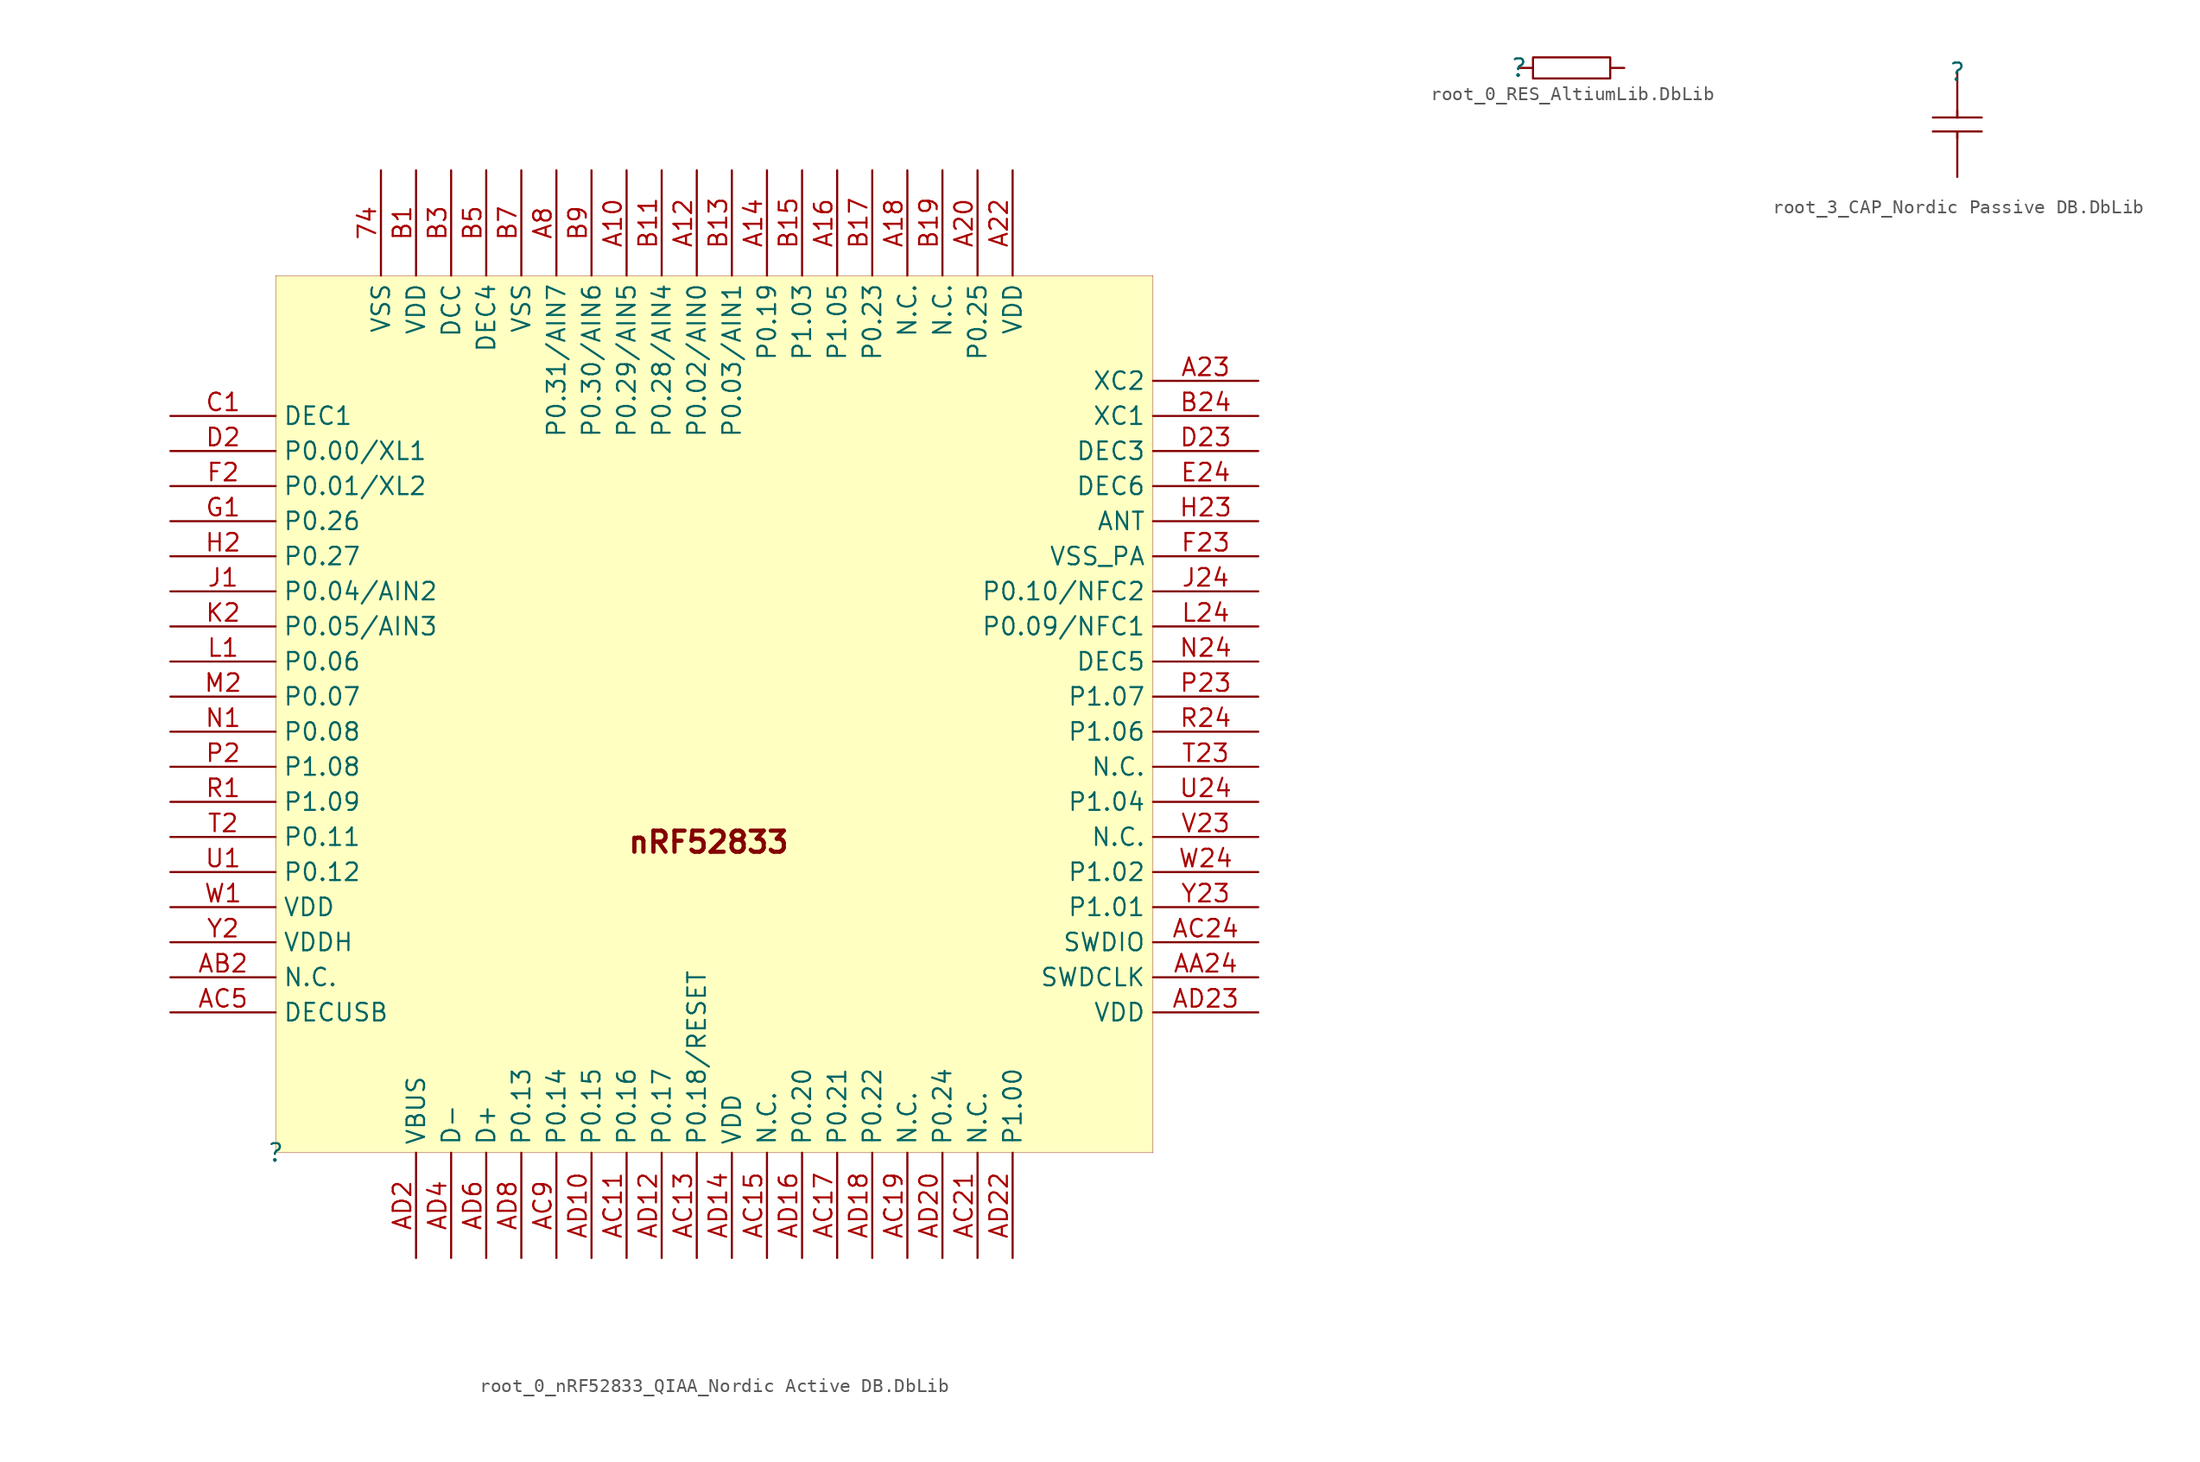
<source format=kicad_sym>
(kicad_symbol_lib
  (version 20241209)
  (generator "kicad_symbol_editor")
  (generator_version "9.0")
  (symbol "root_0_nRF52833_QIAA_Nordic Active DB.DbLib"
    (property "Reference" ""
      (at 0 0 0)
      (effects (font (size 1.27 1.27))))
    (property "Value" ""
      (at 0 0 0)
      (effects (font (size 1.27 1.27))))
    (symbol "root_0_nRF52833_QIAA_Nordic Active DB.DbLib_1_0"
      (rectangle (start 63.5 63.5) (end 0 0) (stroke (width 0.025) (type solid) (color 128 0 0 1)) (fill (type background)))
      (text "nRF52833" (at 25.4 21.59 0) (effects (font (size 1.524 1.524) (thickness 0.305) (bold yes)) (justify left bottom)))
      (pin power_in line (at -7.62 53.34 0) (length 7.62) (name "DEC1" (effects (font (size 1.27 1.27)))) (number "C1" (effects (font (size 1.27 1.27)))))
      (pin bidirectional line (at -7.62 50.8 0) (length 7.62) (name "P0.00/XL1" (effects (font (size 1.27 1.27)))) (number "D2" (effects (font (size 1.27 1.27)))))
      (pin bidirectional line (at -7.62 48.26 0) (length 7.62) (name "P0.01/XL2" (effects (font (size 1.27 1.27)))) (number "F2" (effects (font (size 1.27 1.27)))))
      (pin bidirectional line (at -7.62 45.72 0) (length 7.62) (name "P0.26" (effects (font (size 1.27 1.27)))) (number "G1" (effects (font (size 1.27 1.27)))))
      (pin bidirectional line (at -7.62 43.18 0) (length 7.62) (name "P0.27" (effects (font (size 1.27 1.27)))) (number "H2" (effects (font (size 1.27 1.27)))))
      (pin bidirectional line (at -7.62 40.64 0) (length 7.62) (name "P0.04/AIN2" (effects (font (size 1.27 1.27)))) (number "J1" (effects (font (size 1.27 1.27)))))
      (pin bidirectional line (at -7.62 38.1 0) (length 7.62) (name "P0.05/AIN3" (effects (font (size 1.27 1.27)))) (number "K2" (effects (font (size 1.27 1.27)))))
      (pin bidirectional line (at -7.62 35.56 0) (length 7.62) (name "P0.06" (effects (font (size 1.27 1.27)))) (number "L1" (effects (font (size 1.27 1.27)))))
      (pin bidirectional line (at -7.62 33.02 0) (length 7.62) (name "P0.07" (effects (font (size 1.27 1.27)))) (number "M2" (effects (font (size 1.27 1.27)))))
      (pin bidirectional line (at -7.62 30.48 0) (length 7.62) (name "P0.08" (effects (font (size 1.27 1.27)))) (number "N1" (effects (font (size 1.27 1.27)))))
      (pin bidirectional line (at -7.62 27.94 0) (length 7.62) (name "P1.08" (effects (font (size 1.27 1.27)))) (number "P2" (effects (font (size 1.27 1.27)))))
      (pin bidirectional line (at -7.62 25.4 0) (length 7.62) (name "P1.09" (effects (font (size 1.27 1.27)))) (number "R1" (effects (font (size 1.27 1.27)))))
      (pin bidirectional line (at -7.62 22.86 0) (length 7.62) (name "P0.11" (effects (font (size 1.27 1.27)))) (number "T2" (effects (font (size 1.27 1.27)))))
      (pin bidirectional line (at -7.62 20.32 0) (length 7.62) (name "P0.12" (effects (font (size 1.27 1.27)))) (number "U1" (effects (font (size 1.27 1.27)))))
      (pin power_in line (at -7.62 17.78 0) (length 7.62) (name "VDD" (effects (font (size 1.27 1.27)))) (number "W1" (effects (font (size 1.27 1.27)))))
      (pin power_in line (at -7.62 15.24 0) (length 7.62) (name "VDDH" (effects (font (size 1.27 1.27)))) (number "Y2" (effects (font (size 1.27 1.27)))))
      (pin passive line (at -7.62 12.7 0) (length 7.62) (name "N.C." (effects (font (size 1.27 1.27)))) (number "AB2" (effects (font (size 1.27 1.27)))))
      (pin power_in line (at -7.62 10.16 0) (length 7.62) (name "DECUSB" (effects (font (size 1.27 1.27)))) (number "AC5" (effects (font (size 1.27 1.27)))))
      (pin power_in line (at 7.62 71.12 270) (length 7.62) (name "VSS" (effects (font (size 1.27 1.27)))) (number "74" (effects (font (size 1.27 1.27)))))
      (pin power_in line (at 10.16 71.12 270) (length 7.62) (name "VDD" (effects (font (size 1.27 1.27)))) (number "B1" (effects (font (size 1.27 1.27)))))
      (pin power_in line (at 10.16 -7.62 90) (length 7.62) (name "VBUS" (effects (font (size 1.27 1.27)))) (number "AD2" (effects (font (size 1.27 1.27)))))
      (pin output line (at 12.7 71.12 270) (length 7.62) (name "DCC" (effects (font (size 1.27 1.27)))) (number "B3" (effects (font (size 1.27 1.27)))))
      (pin bidirectional line (at 12.7 -7.62 90) (length 7.62) (name "D-" (effects (font (size 1.27 1.27)))) (number "AD4" (effects (font (size 1.27 1.27)))))
      (pin power_in line (at 15.24 71.12 270) (length 7.62) (name "DEC4" (effects (font (size 1.27 1.27)))) (number "B5" (effects (font (size 1.27 1.27)))))
      (pin bidirectional line (at 15.24 -7.62 90) (length 7.62) (name "D+" (effects (font (size 1.27 1.27)))) (number "AD6" (effects (font (size 1.27 1.27)))))
      (pin power_in line (at 17.78 71.12 270) (length 7.62) (name "VSS" (effects (font (size 1.27 1.27)))) (number "B7" (effects (font (size 1.27 1.27)))))
      (pin bidirectional line (at 17.78 -7.62 90) (length 7.62) (name "P0.13" (effects (font (size 1.27 1.27)))) (number "AD8" (effects (font (size 1.27 1.27)))))
      (pin bidirectional line (at 20.32 71.12 270) (length 7.62) (name "P0.31/AIN7" (effects (font (size 1.27 1.27)))) (number "A8" (effects (font (size 1.27 1.27)))))
      (pin bidirectional line (at 20.32 -7.62 90) (length 7.62) (name "P0.14" (effects (font (size 1.27 1.27)))) (number "AC9" (effects (font (size 1.27 1.27)))))
      (pin bidirectional line (at 22.86 71.12 270) (length 7.62) (name "P0.30/AIN6" (effects (font (size 1.27 1.27)))) (number "B9" (effects (font (size 1.27 1.27)))))
      (pin bidirectional line (at 22.86 -7.62 90) (length 7.62) (name "P0.15" (effects (font (size 1.27 1.27)))) (number "AD10" (effects (font (size 1.27 1.27)))))
      (pin bidirectional line (at 25.4 71.12 270) (length 7.62) (name "P0.29/AIN5" (effects (font (size 1.27 1.27)))) (number "A10" (effects (font (size 1.27 1.27)))))
      (pin bidirectional line (at 25.4 -7.62 90) (length 7.62) (name "P0.16" (effects (font (size 1.27 1.27)))) (number "AC11" (effects (font (size 1.27 1.27)))))
      (pin bidirectional line (at 27.94 71.12 270) (length 7.62) (name "P0.28/AIN4" (effects (font (size 1.27 1.27)))) (number "B11" (effects (font (size 1.27 1.27)))))
      (pin bidirectional line (at 27.94 -7.62 90) (length 7.62) (name "P0.17" (effects (font (size 1.27 1.27)))) (number "AD12" (effects (font (size 1.27 1.27)))))
      (pin bidirectional line (at 30.48 71.12 270) (length 7.62) (name "P0.02/AIN0" (effects (font (size 1.27 1.27)))) (number "A12" (effects (font (size 1.27 1.27)))))
      (pin bidirectional line (at 30.48 -7.62 90) (length 7.62) (name "P0.18/RESET" (effects (font (size 1.27 1.27)))) (number "AC13" (effects (font (size 1.27 1.27)))))
      (pin bidirectional line (at 33.02 71.12 270) (length 7.62) (name "P0.03/AIN1" (effects (font (size 1.27 1.27)))) (number "B13" (effects (font (size 1.27 1.27)))))
      (pin power_in line (at 33.02 -7.62 90) (length 7.62) (name "VDD" (effects (font (size 1.27 1.27)))) (number "AD14" (effects (font (size 1.27 1.27)))))
      (pin bidirectional line (at 35.56 71.12 270) (length 7.62) (name "P0.19" (effects (font (size 1.27 1.27)))) (number "A14" (effects (font (size 1.27 1.27)))))
      (pin passive line (at 35.56 -7.62 90) (length 7.62) (name "N.C." (effects (font (size 1.27 1.27)))) (number "AC15" (effects (font (size 1.27 1.27)))))
      (pin bidirectional line (at 38.1 71.12 270) (length 7.62) (name "P1.03" (effects (font (size 1.27 1.27)))) (number "B15" (effects (font (size 1.27 1.27)))))
      (pin bidirectional line (at 38.1 -7.62 90) (length 7.62) (name "P0.20" (effects (font (size 1.27 1.27)))) (number "AD16" (effects (font (size 1.27 1.27)))))
      (pin bidirectional line (at 40.64 71.12 270) (length 7.62) (name "P1.05" (effects (font (size 1.27 1.27)))) (number "A16" (effects (font (size 1.27 1.27)))))
      (pin bidirectional line (at 40.64 -7.62 90) (length 7.62) (name "P0.21" (effects (font (size 1.27 1.27)))) (number "AC17" (effects (font (size 1.27 1.27)))))
      (pin bidirectional line (at 43.18 71.12 270) (length 7.62) (name "P0.23" (effects (font (size 1.27 1.27)))) (number "B17" (effects (font (size 1.27 1.27)))))
      (pin bidirectional line (at 43.18 -7.62 90) (length 7.62) (name "P0.22" (effects (font (size 1.27 1.27)))) (number "AD18" (effects (font (size 1.27 1.27)))))
      (pin passive line (at 45.72 71.12 270) (length 7.62) (name "N.C." (effects (font (size 1.27 1.27)))) (number "A18" (effects (font (size 1.27 1.27)))))
      (pin passive line (at 45.72 -7.62 90) (length 7.62) (name "N.C." (effects (font (size 1.27 1.27)))) (number "AC19" (effects (font (size 1.27 1.27)))))
      (pin passive line (at 48.26 71.12 270) (length 7.62) (name "N.C." (effects (font (size 1.27 1.27)))) (number "B19" (effects (font (size 1.27 1.27)))))
      (pin bidirectional line (at 48.26 -7.62 90) (length 7.62) (name "P0.24" (effects (font (size 1.27 1.27)))) (number "AD20" (effects (font (size 1.27 1.27)))))
      (pin bidirectional line (at 50.8 71.12 270) (length 7.62) (name "P0.25" (effects (font (size 1.27 1.27)))) (number "A20" (effects (font (size 1.27 1.27)))))
      (pin passive line (at 50.8 -7.62 90) (length 7.62) (name "N.C." (effects (font (size 1.27 1.27)))) (number "AC21" (effects (font (size 1.27 1.27)))))
      (pin power_in line (at 53.34 71.12 270) (length 7.62) (name "VDD" (effects (font (size 1.27 1.27)))) (number "A22" (effects (font (size 1.27 1.27)))))
      (pin bidirectional line (at 53.34 -7.62 90) (length 7.62) (name "P1.00" (effects (font (size 1.27 1.27)))) (number "AD22" (effects (font (size 1.27 1.27)))))
      (pin output line (at 71.12 55.88 180) (length 7.62) (name "XC2" (effects (font (size 1.27 1.27)))) (number "A23" (effects (font (size 1.27 1.27)))))
      (pin input line (at 71.12 53.34 180) (length 7.62) (name "XC1" (effects (font (size 1.27 1.27)))) (number "B24" (effects (font (size 1.27 1.27)))))
      (pin power_in line (at 71.12 50.8 180) (length 7.62) (name "DEC3" (effects (font (size 1.27 1.27)))) (number "D23" (effects (font (size 1.27 1.27)))))
      (pin power_in line (at 71.12 48.26 180) (length 7.62) (name "DEC6" (effects (font (size 1.27 1.27)))) (number "E24" (effects (font (size 1.27 1.27)))))
      (pin bidirectional line (at 71.12 45.72 180) (length 7.62) (name "ANT" (effects (font (size 1.27 1.27)))) (number "H23" (effects (font (size 1.27 1.27)))))
      (pin power_in line (at 71.12 43.18 180) (length 7.62) (name "VSS_PA" (effects (font (size 1.27 1.27)))) (number "F23" (effects (font (size 1.27 1.27)))))
      (pin bidirectional line (at 71.12 40.64 180) (length 7.62) (name "P0.10/NFC2" (effects (font (size 1.27 1.27)))) (number "J24" (effects (font (size 1.27 1.27)))))
      (pin bidirectional line (at 71.12 38.1 180) (length 7.62) (name "P0.09/NFC1" (effects (font (size 1.27 1.27)))) (number "L24" (effects (font (size 1.27 1.27)))))
      (pin power_in line (at 71.12 35.56 180) (length 7.62) (name "DEC5" (effects (font (size 1.27 1.27)))) (number "N24" (effects (font (size 1.27 1.27)))))
      (pin bidirectional line (at 71.12 33.02 180) (length 7.62) (name "P1.07" (effects (font (size 1.27 1.27)))) (number "P23" (effects (font (size 1.27 1.27)))))
      (pin bidirectional line (at 71.12 30.48 180) (length 7.62) (name "P1.06" (effects (font (size 1.27 1.27)))) (number "R24" (effects (font (size 1.27 1.27)))))
      (pin passive line (at 71.12 27.94 180) (length 7.62) (name "N.C." (effects (font (size 1.27 1.27)))) (number "T23" (effects (font (size 1.27 1.27)))))
      (pin bidirectional line (at 71.12 25.4 180) (length 7.62) (name "P1.04" (effects (font (size 1.27 1.27)))) (number "U24" (effects (font (size 1.27 1.27)))))
      (pin passive line (at 71.12 22.86 180) (length 7.62) (name "N.C." (effects (font (size 1.27 1.27)))) (number "V23" (effects (font (size 1.27 1.27)))))
      (pin bidirectional line (at 71.12 20.32 180) (length 7.62) (name "P1.02" (effects (font (size 1.27 1.27)))) (number "W24" (effects (font (size 1.27 1.27)))))
      (pin bidirectional line (at 71.12 17.78 180) (length 7.62) (name "P1.01" (effects (font (size 1.27 1.27)))) (number "Y23" (effects (font (size 1.27 1.27)))))
      (pin bidirectional line (at 71.12 15.24 180) (length 7.62) (name "SWDIO" (effects (font (size 1.27 1.27)))) (number "AC24" (effects (font (size 1.27 1.27)))))
      (pin input line (at 71.12 12.7 180) (length 7.62) (name "SWDCLK" (effects (font (size 1.27 1.27)))) (number "AA24" (effects (font (size 1.27 1.27)))))
      (pin power_in line (at 71.12 10.16 180) (length 7.62) (name "VDD" (effects (font (size 1.27 1.27)))) (number "AD23" (effects (font (size 1.27 1.27)))))))
  (symbol "root_0_RES_AltiumLib.DbLib"
    (pin_numbers
      (hide yes))
    (pin_names
      (hide yes))
    (property "Reference" ""
      (at 0 0 0)
      (effects (font (size 1.27 1.27))))
    (property "Value" ""
      (at 0 0 0)
      (effects (font (size 1.27 1.27))))
    (symbol "root_0_RES_AltiumLib.DbLib_1_0"
      (polyline (pts (xy 6.604 0.762) (xy 1.016 0.762) (xy 1.016 -0.762) (xy 6.604 -0.762) (xy 6.604 0.762)) (stroke (width 0) (type solid)) (fill (type none)))
      (pin passive line (at 0 0 0) (length 1.016) (name "1" (effects (font (size 1.27 1.27)))) (number "1" (effects (font (size 1.27 1.27)))))
      (pin passive line (at 7.62 0 180) (length 1.016) (name "2" (effects (font (size 1.27 1.27)))) (number "2" (effects (font (size 1.27 1.27)))))))
  (symbol "root_3_CAP_Nordic Passive DB.DbLib"
    (pin_numbers
      (hide yes))
    (pin_names
      (hide yes))
    (property "Reference" ""
      (at 0 0 0)
      (effects (font (size 1.27 1.27))))
    (property "Value" ""
      (at 0 0 0)
      (effects (font (size 1.27 1.27))))
    (symbol "root_3_CAP_Nordic Passive DB.DbLib_1_0"
      (polyline (pts (xy -1.778 -3.302) (xy 1.778 -3.302)) (stroke (width 0) (type solid)) (fill (type none)))
      (polyline (pts (xy -1.778 -4.318) (xy 1.778 -4.318)) (stroke (width 0) (type solid)) (fill (type none)))
      (polyline (pts (xy 0 -3.302) (xy 0 -2.794)) (stroke (width 0) (type solid)) (fill (type none)))
      (polyline (pts (xy 0 -4.318) (xy 0 -4.826)) (stroke (width 0) (type solid)) (fill (type none)))
      (pin passive line (at 0 0 270) (length 3.302) (name "1" (effects (font (size 1.27 1.27)))) (number "1" (effects (font (size 1.27 1.27)))))
      (pin passive line (at 0 -7.62 90) (length 3.302) (name "2" (effects (font (size 1.27 1.27)))) (number "2" (effects (font (size 1.27 1.27))))))))
</source>
